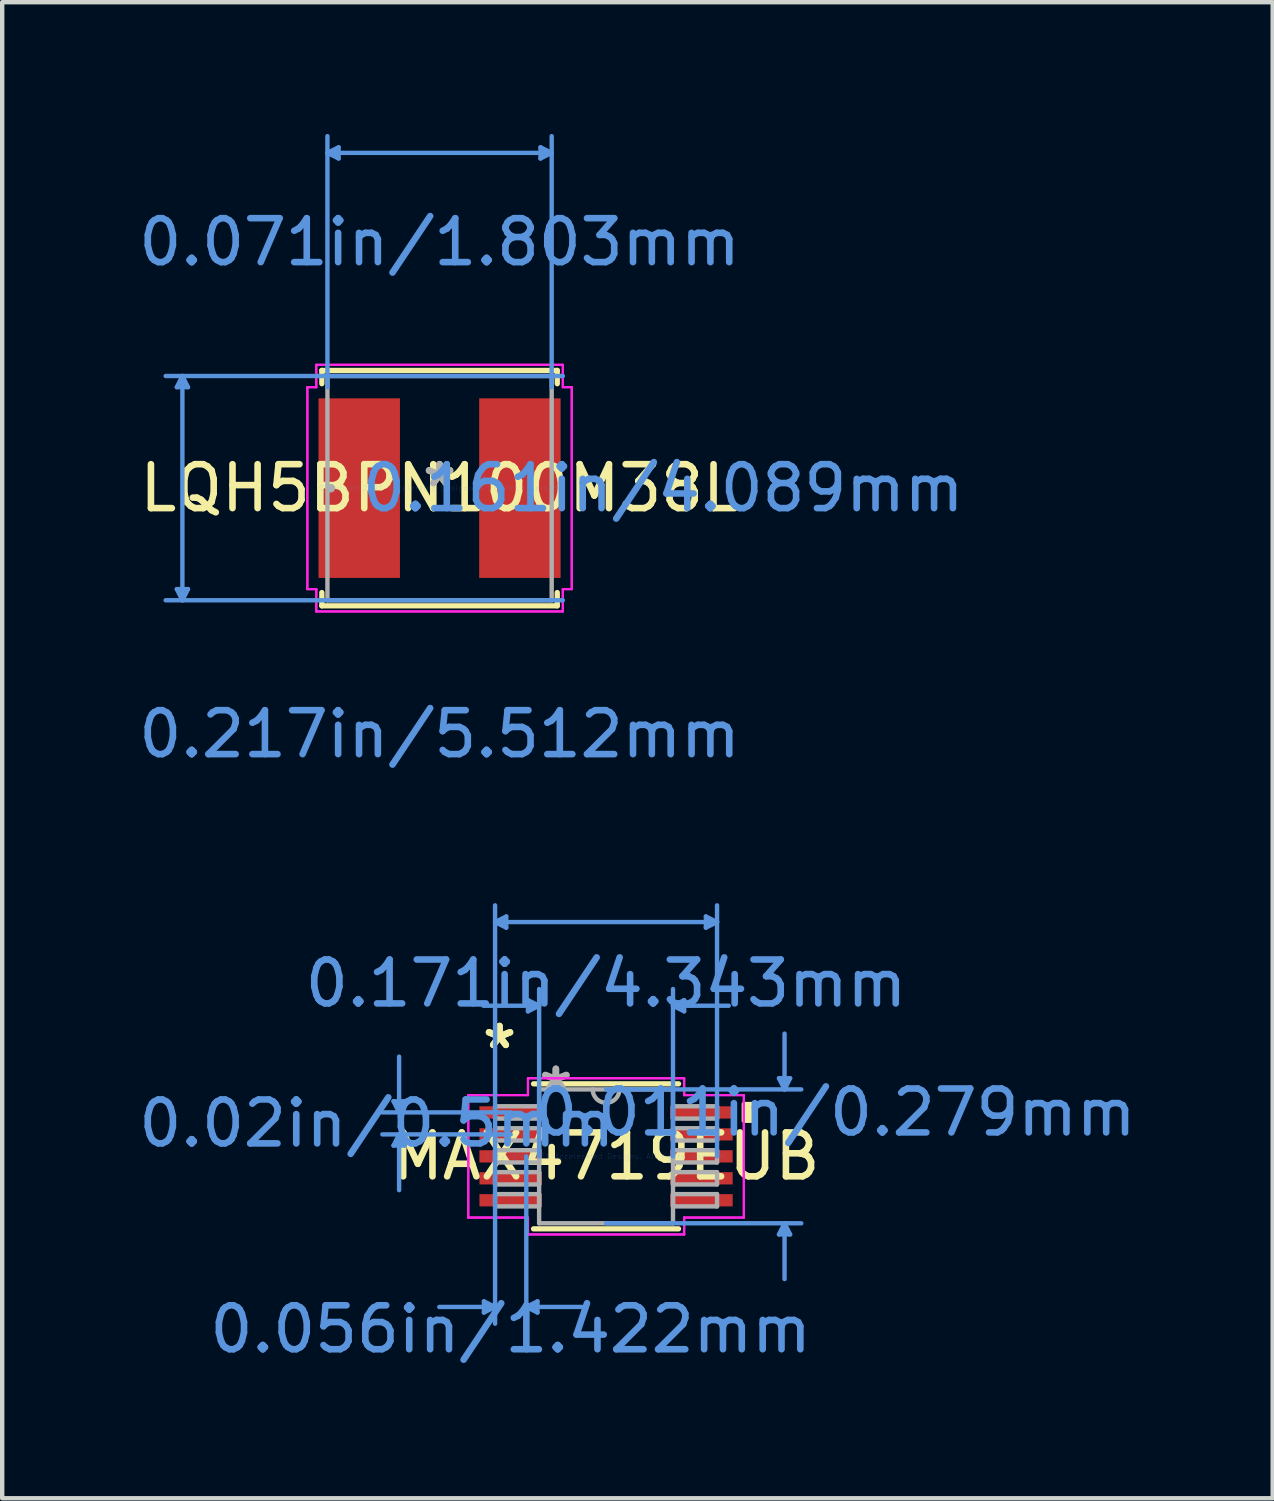
<source format=kicad_pcb>
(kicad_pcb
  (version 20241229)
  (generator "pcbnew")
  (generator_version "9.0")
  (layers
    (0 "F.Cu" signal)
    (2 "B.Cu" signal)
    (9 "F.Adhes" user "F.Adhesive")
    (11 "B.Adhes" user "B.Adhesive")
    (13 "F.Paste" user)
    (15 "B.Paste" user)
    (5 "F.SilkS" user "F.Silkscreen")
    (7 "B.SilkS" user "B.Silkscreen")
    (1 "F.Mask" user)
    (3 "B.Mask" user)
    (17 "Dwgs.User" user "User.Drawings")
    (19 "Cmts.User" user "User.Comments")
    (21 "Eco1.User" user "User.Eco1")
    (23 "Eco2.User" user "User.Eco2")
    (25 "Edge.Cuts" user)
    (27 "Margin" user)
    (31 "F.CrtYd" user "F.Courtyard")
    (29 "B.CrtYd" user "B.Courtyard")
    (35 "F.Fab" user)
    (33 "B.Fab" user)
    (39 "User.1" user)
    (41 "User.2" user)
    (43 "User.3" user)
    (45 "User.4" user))
  (footprint "MAX4719EUB"
    (layer "F.Cu")
    (at 10.749 23.278)
    (property "Reference" "MAX4719EUB" (at 0 0 0) (layer "F.SilkS") (effects (font (size 1 1) (thickness 0.15))))
    (attr through_hole)
    (fp_line (start -1.651 1.651) (end 1.651 1.651) (stroke (width 0.12) (type solid)) (layer "F.SilkS"))
    (fp_line (start 1.651 -1.651) (end -1.651 -1.651) (stroke (width 0.12) (type solid)) (layer "F.SilkS"))
    (fp_poly (pts (xy 3.391 -1.191) (xy 3.391 -0.81) (xy 3.137 -0.81) (xy 3.137 -1.191)) (stroke (width 0.1) (type solid)) (fill yes) (layer "F.SilkS"))
    (fp_line (start -4.839 -1.254) (end -4.585 -1.254) (stroke (width 0.1) (type solid)) (layer "Cmts.User"))
    (fp_line (start -4.839 -0.246) (end -4.585 -0.246) (stroke (width 0.1) (type solid)) (layer "Cmts.User"))
    (fp_line (start -4.712 -1) (end -4.839 -1.254) (stroke (width 0.1) (type solid)) (layer "Cmts.User"))
    (fp_line (start -4.712 -1) (end -4.712 -2.27) (stroke (width 0.1) (type solid)) (layer "Cmts.User"))
    (fp_line (start -4.712 -1) (end -4.585 -1.254) (stroke (width 0.1) (type solid)) (layer "Cmts.User"))
    (fp_line (start -4.712 -0.5) (end -4.839 -0.246) (stroke (width 0.1) (type solid)) (layer "Cmts.User"))
    (fp_line (start -4.712 -0.5) (end -4.712 0.77) (stroke (width 0.1) (type solid)) (layer "Cmts.User"))
    (fp_line (start -4.712 -0.5) (end -4.585 -0.246) (stroke (width 0.1) (type solid)) (layer "Cmts.User"))
    (fp_line (start -2.781 3.302) (end -2.781 3.556) (stroke (width 0.1) (type solid)) (layer "Cmts.User"))
    (fp_line (start -2.527 -5.334) (end -2.273 -5.461) (stroke (width 0.1) (type solid)) (layer "Cmts.User"))
    (fp_line (start -2.527 -5.334) (end -2.273 -5.207) (stroke (width 0.1) (type solid)) (layer "Cmts.User"))
    (fp_line (start -2.527 -5.334) (end 2.527 -5.334) (stroke (width 0.1) (type solid)) (layer "Cmts.User"))
    (fp_line (start -2.527 0) (end -2.527 -5.715) (stroke (width 0.1) (type solid)) (layer "Cmts.User"))
    (fp_line (start -2.527 0) (end -2.527 3.81) (stroke (width 0.1) (type solid)) (layer "Cmts.User"))
    (fp_line (start -2.527 3.429) (end -3.797 3.429) (stroke (width 0.1) (type solid)) (layer "Cmts.User"))
    (fp_line (start -2.527 3.429) (end -2.781 3.302) (stroke (width 0.1) (type solid)) (layer "Cmts.User"))
    (fp_line (start -2.527 3.429) (end -2.781 3.556) (stroke (width 0.1) (type solid)) (layer "Cmts.User"))
    (fp_line (start -2.273 -5.461) (end -2.273 -5.207) (stroke (width 0.1) (type solid)) (layer "Cmts.User"))
    (fp_line (start -2.172 -1) (end -5.093 -1) (stroke (width 0.1) (type solid)) (layer "Cmts.User"))
    (fp_line (start -2.172 -0.5) (end -5.093 -0.5) (stroke (width 0.1) (type solid)) (layer "Cmts.User"))
    (fp_line (start -1.816 0) (end -1.816 3.81) (stroke (width 0.1) (type solid)) (layer "Cmts.User"))
    (fp_line (start -1.816 3.429) (end -1.562 3.302) (stroke (width 0.1) (type solid)) (layer "Cmts.User"))
    (fp_line (start -1.816 3.429) (end -1.562 3.556) (stroke (width 0.1) (type solid)) (layer "Cmts.User"))
    (fp_line (start -1.816 3.429) (end -0.546 3.429) (stroke (width 0.1) (type solid)) (layer "Cmts.User"))
    (fp_line (start -1.778 -3.556) (end -1.778 -3.302) (stroke (width 0.1) (type solid)) (layer "Cmts.User"))
    (fp_line (start -1.562 3.302) (end -1.562 3.556) (stroke (width 0.1) (type solid)) (layer "Cmts.User"))
    (fp_line (start -1.524 -3.429) (end -2.794 -3.429) (stroke (width 0.1) (type solid)) (layer "Cmts.User"))
    (fp_line (start -1.524 -3.429) (end -1.778 -3.556) (stroke (width 0.1) (type solid)) (layer "Cmts.User"))
    (fp_line (start -1.524 -3.429) (end -1.778 -3.302) (stroke (width 0.1) (type solid)) (layer "Cmts.User"))
    (fp_line (start -1.524 0) (end -1.524 -3.81) (stroke (width 0.1) (type solid)) (layer "Cmts.User"))
    (fp_line (start 0 -1.524) (end 4.445 -1.524) (stroke (width 0.1) (type solid)) (layer "Cmts.User"))
    (fp_line (start 0 1.524) (end 4.445 1.524) (stroke (width 0.1) (type solid)) (layer "Cmts.User"))
    (fp_line (start 1.524 -3.429) (end 1.778 -3.556) (stroke (width 0.1) (type solid)) (layer "Cmts.User"))
    (fp_line (start 1.524 -3.429) (end 1.778 -3.302) (stroke (width 0.1) (type solid)) (layer "Cmts.User"))
    (fp_line (start 1.524 -3.429) (end 2.794 -3.429) (stroke (width 0.1) (type solid)) (layer "Cmts.User"))
    (fp_line (start 1.524 0) (end 1.524 -3.81) (stroke (width 0.1) (type solid)) (layer "Cmts.User"))
    (fp_line (start 1.778 -3.556) (end 1.778 -3.302) (stroke (width 0.1) (type solid)) (layer "Cmts.User"))
    (fp_line (start 2.273 -5.461) (end 2.273 -5.207) (stroke (width 0.1) (type solid)) (layer "Cmts.User"))
    (fp_line (start 2.527 -5.334) (end 2.273 -5.461) (stroke (width 0.1) (type solid)) (layer "Cmts.User"))
    (fp_line (start 2.527 -5.334) (end 2.273 -5.207) (stroke (width 0.1) (type solid)) (layer "Cmts.User"))
    (fp_line (start 2.527 0) (end 2.527 -5.715) (stroke (width 0.1) (type solid)) (layer "Cmts.User"))
    (fp_line (start 3.937 -1.778) (end 4.191 -1.778) (stroke (width 0.1) (type solid)) (layer "Cmts.User"))
    (fp_line (start 3.937 1.778) (end 4.191 1.778) (stroke (width 0.1) (type solid)) (layer "Cmts.User"))
    (fp_line (start 4.064 -1.524) (end 3.937 -1.778) (stroke (width 0.1) (type solid)) (layer "Cmts.User"))
    (fp_line (start 4.064 -1.524) (end 4.064 -2.794) (stroke (width 0.1) (type solid)) (layer "Cmts.User"))
    (fp_line (start 4.064 -1.524) (end 4.191 -1.778) (stroke (width 0.1) (type solid)) (layer "Cmts.User"))
    (fp_line (start 4.064 1.524) (end 3.937 1.778) (stroke (width 0.1) (type solid)) (layer "Cmts.User"))
    (fp_line (start 4.064 1.524) (end 4.064 2.794) (stroke (width 0.1) (type solid)) (layer "Cmts.User"))
    (fp_line (start 4.064 1.524) (end 4.191 1.778) (stroke (width 0.1) (type solid)) (layer "Cmts.User"))
    (fp_line (start -3.137 -1.394) (end -1.778 -1.394) (stroke (width 0.05) (type solid)) (layer "F.CrtYd"))
    (fp_line (start -3.137 -1.394) (end -1.778 -1.394) (stroke (width 0.05) (type solid)) (layer "F.CrtYd"))
    (fp_line (start -3.137 1.394) (end -3.137 -1.394) (stroke (width 0.05) (type solid)) (layer "F.CrtYd"))
    (fp_line (start -3.137 1.394) (end -3.137 -1.394) (stroke (width 0.05) (type solid)) (layer "F.CrtYd"))
    (fp_line (start -3.137 1.394) (end -1.778 1.394) (stroke (width 0.05) (type solid)) (layer "F.CrtYd"))
    (fp_line (start -1.778 -1.778) (end 1.778 -1.778) (stroke (width 0.05) (type solid)) (layer "F.CrtYd"))
    (fp_line (start -1.778 -1.778) (end 1.778 -1.778) (stroke (width 0.05) (type solid)) (layer "F.CrtYd"))
    (fp_line (start -1.778 -1.394) (end -1.778 -1.778) (stroke (width 0.05) (type solid)) (layer "F.CrtYd"))
    (fp_line (start -1.778 -1.394) (end -1.778 -1.778) (stroke (width 0.05) (type solid)) (layer "F.CrtYd"))
    (fp_line (start -1.778 1.394) (end -3.137 1.394) (stroke (width 0.05) (type solid)) (layer "F.CrtYd"))
    (fp_line (start -1.778 1.778) (end -1.778 1.394) (stroke (width 0.05) (type solid)) (layer "F.CrtYd"))
    (fp_line (start -1.778 1.778) (end -1.778 1.394) (stroke (width 0.05) (type solid)) (layer "F.CrtYd"))
    (fp_line (start 1.778 -1.778) (end 1.778 -1.394) (stroke (width 0.05) (type solid)) (layer "F.CrtYd"))
    (fp_line (start 1.778 -1.778) (end 1.778 -1.394) (stroke (width 0.05) (type solid)) (layer "F.CrtYd"))
    (fp_line (start 1.778 -1.394) (end 3.137 -1.394) (stroke (width 0.05) (type solid)) (layer "F.CrtYd"))
    (fp_line (start 1.778 1.394) (end 1.778 1.778) (stroke (width 0.05) (type solid)) (layer "F.CrtYd"))
    (fp_line (start 1.778 1.394) (end 1.778 1.778) (stroke (width 0.05) (type solid)) (layer "F.CrtYd"))
    (fp_line (start 1.778 1.778) (end -1.778 1.778) (stroke (width 0.05) (type solid)) (layer "F.CrtYd"))
    (fp_line (start 1.778 1.778) (end -1.778 1.778) (stroke (width 0.05) (type solid)) (layer "F.CrtYd"))
    (fp_line (start 3.137 -1.394) (end 1.778 -1.394) (stroke (width 0.05) (type solid)) (layer "F.CrtYd"))
    (fp_line (start 3.137 -1.394) (end 3.137 1.394) (stroke (width 0.05) (type solid)) (layer "F.CrtYd"))
    (fp_line (start 3.137 -1.394) (end 3.137 1.394) (stroke (width 0.05) (type solid)) (layer "F.CrtYd"))
    (fp_line (start 3.137 1.394) (end 1.778 1.394) (stroke (width 0.05) (type solid)) (layer "F.CrtYd"))
    (fp_line (start 3.137 1.394) (end 1.778 1.394) (stroke (width 0.05) (type solid)) (layer "F.CrtYd"))
    (fp_line (start -2.527 -1.14) (end -2.527 -0.86) (stroke (width 0.1) (type solid)) (layer "F.Fab"))
    (fp_line (start -2.527 -0.86) (end -1.524 -0.86) (stroke (width 0.1) (type solid)) (layer "F.Fab"))
    (fp_line (start -2.527 -0.64) (end -2.527 -0.36) (stroke (width 0.1) (type solid)) (layer "F.Fab"))
    (fp_line (start -2.527 -0.36) (end -1.524 -0.36) (stroke (width 0.1) (type solid)) (layer "F.Fab"))
    (fp_line (start -2.527 -0.14) (end -2.527 0.14) (stroke (width 0.1) (type solid)) (layer "F.Fab"))
    (fp_line (start -2.527 0.14) (end -1.524 0.14) (stroke (width 0.1) (type solid)) (layer "F.Fab"))
    (fp_line (start -2.527 0.36) (end -2.527 0.64) (stroke (width 0.1) (type solid)) (layer "F.Fab"))
    (fp_line (start -2.527 0.64) (end -1.524 0.64) (stroke (width 0.1) (type solid)) (layer "F.Fab"))
    (fp_line (start -2.527 0.86) (end -2.527 1.14) (stroke (width 0.1) (type solid)) (layer "F.Fab"))
    (fp_line (start -2.527 1.14) (end -1.524 1.14) (stroke (width 0.1) (type solid)) (layer "F.Fab"))
    (fp_line (start -1.524 -1.524) (end -1.524 1.524) (stroke (width 0.1) (type solid)) (layer "F.Fab"))
    (fp_line (start -1.524 -1.14) (end -2.527 -1.14) (stroke (width 0.1) (type solid)) (layer "F.Fab"))
    (fp_line (start -1.524 -0.86) (end -1.524 -1.14) (stroke (width 0.1) (type solid)) (layer "F.Fab"))
    (fp_line (start -1.524 -0.64) (end -2.527 -0.64) (stroke (width 0.1) (type solid)) (layer "F.Fab"))
    (fp_line (start -1.524 -0.36) (end -1.524 -0.64) (stroke (width 0.1) (type solid)) (layer "F.Fab"))
    (fp_line (start -1.524 -0.14) (end -2.527 -0.14) (stroke (width 0.1) (type solid)) (layer "F.Fab"))
    (fp_line (start -1.524 0.14) (end -1.524 -0.14) (stroke (width 0.1) (type solid)) (layer "F.Fab"))
    (fp_line (start -1.524 0.36) (end -2.527 0.36) (stroke (width 0.1) (type solid)) (layer "F.Fab"))
    (fp_line (start -1.524 0.64) (end -1.524 0.36) (stroke (width 0.1) (type solid)) (layer "F.Fab"))
    (fp_line (start -1.524 0.86) (end -2.527 0.86) (stroke (width 0.1) (type solid)) (layer "F.Fab"))
    (fp_line (start -1.524 1.14) (end -1.524 0.86) (stroke (width 0.1) (type solid)) (layer "F.Fab"))
    (fp_line (start -1.524 1.524) (end 1.524 1.524) (stroke (width 0.1) (type solid)) (layer "F.Fab"))
    (fp_line (start 1.524 -1.524) (end -1.524 -1.524) (stroke (width 0.1) (type solid)) (layer "F.Fab"))
    (fp_line (start 1.524 -1.14) (end 1.524 -0.86) (stroke (width 0.1) (type solid)) (layer "F.Fab"))
    (fp_line (start 1.524 -0.86) (end 2.527 -0.86) (stroke (width 0.1) (type solid)) (layer "F.Fab"))
    (fp_line (start 1.524 -0.64) (end 1.524 -0.36) (stroke (width 0.1) (type solid)) (layer "F.Fab"))
    (fp_line (start 1.524 -0.36) (end 2.527 -0.36) (stroke (width 0.1) (type solid)) (layer "F.Fab"))
    (fp_line (start 1.524 -0.14) (end 1.524 0.14) (stroke (width 0.1) (type solid)) (layer "F.Fab"))
    (fp_line (start 1.524 0.14) (end 2.527 0.14) (stroke (width 0.1) (type solid)) (layer "F.Fab"))
    (fp_line (start 1.524 0.36) (end 1.524 0.64) (stroke (width 0.1) (type solid)) (layer "F.Fab"))
    (fp_line (start 1.524 0.64) (end 2.527 0.64) (stroke (width 0.1) (type solid)) (layer "F.Fab"))
    (fp_line (start 1.524 0.86) (end 1.524 1.14) (stroke (width 0.1) (type solid)) (layer "F.Fab"))
    (fp_line (start 1.524 1.14) (end 2.527 1.14) (stroke (width 0.1) (type solid)) (layer "F.Fab"))
    (fp_line (start 1.524 1.524) (end 1.524 -1.524) (stroke (width 0.1) (type solid)) (layer "F.Fab"))
    (fp_line (start 2.527 -1.14) (end 1.524 -1.14) (stroke (width 0.1) (type solid)) (layer "F.Fab"))
    (fp_line (start 2.527 -0.86) (end 2.527 -1.14) (stroke (width 0.1) (type solid)) (layer "F.Fab"))
    (fp_line (start 2.527 -0.64) (end 1.524 -0.64) (stroke (width 0.1) (type solid)) (layer "F.Fab"))
    (fp_line (start 2.527 -0.36) (end 2.527 -0.64) (stroke (width 0.1) (type solid)) (layer "F.Fab"))
    (fp_line (start 2.527 -0.14) (end 1.524 -0.14) (stroke (width 0.1) (type solid)) (layer "F.Fab"))
    (fp_line (start 2.527 0.14) (end 2.527 -0.14) (stroke (width 0.1) (type solid)) (layer "F.Fab"))
    (fp_line (start 2.527 0.36) (end 1.524 0.36) (stroke (width 0.1) (type solid)) (layer "F.Fab"))
    (fp_line (start 2.527 0.64) (end 2.527 0.36) (stroke (width 0.1) (type solid)) (layer "F.Fab"))
    (fp_line (start 2.527 0.86) (end 1.524 0.86) (stroke (width 0.1) (type solid)) (layer "F.Fab"))
    (fp_line (start 2.527 1.14) (end 2.527 0.86) (stroke (width 0.1) (type solid)) (layer "F.Fab"))
    (fp_arc (start 0.3048 -1.524) (mid 0 -1.2192) (end -0.3048 -1.524) (stroke (width 0.1) (type solid)) (layer "F.Fab"))
    (fp_text user "*" (at -2.426 -2.422 0) (layer "F.SilkS") (effects (font (size 1 1) (thickness 0.15))))
    (fp_text user "*" (at -2.426 -2.422 0) (layer "F.SilkS") (effects (font (size 1 1) (thickness 0.15))))
    (fp_text user "0.171in/4.343mm" (at 0 -3.937 0) (layer "Cmts.User") (effects (font (size 1 1) (thickness 0.15))))
    (fp_text user "Copyright 2021 Accelerated Designs. All rights reserved." (at 0 0 0) (layer "Cmts.User") (effects (font (size 0.127 0.127) (thickness 0.002))))
    (fp_text user "0.011in/0.279mm" (at 5.22 -1 0) (layer "Cmts.User") (effects (font (size 1 1) (thickness 0.15))))
    (fp_text user "0.02in/0.5mm" (at -5.22 -0.75 0) (layer "Cmts.User") (effects (font (size 1 1) (thickness 0.15))))
    (fp_text user "0.056in/1.422mm" (at -2.172 3.937 0) (layer "Cmts.User") (effects (font (size 1 1) (thickness 0.15))))
    (fp_text user "*" (at -1.143 -1.448 0) (layer "F.Fab") (effects (font (size 1 1) (thickness 0.15))))
    (fp_text user "*" (at -1.143 -1.448 0) (layer "F.Fab") (effects (font (size 1 1) (thickness 0.15))))
    (pad "1" smd rect (at -2.172 -1) (size 1.422 0.279) (layers "F.Cu" "F.Mask" "F.Paste"))
    (pad "2" smd rect (at -2.172 -0.5) (size 1.422 0.279) (layers "F.Cu" "F.Mask" "F.Paste"))
    (pad "3" smd rect (at -2.172 0) (size 1.422 0.279) (layers "F.Cu" "F.Mask" "F.Paste"))
    (pad "4" smd rect (at -2.172 0.5) (size 1.422 0.279) (layers "F.Cu" "F.Mask" "F.Paste"))
    (pad "5" smd rect (at -2.172 1) (size 1.422 0.279) (layers "F.Cu" "F.Mask" "F.Paste"))
    (pad "6" smd rect (at 2.172 1) (size 1.422 0.279) (layers "F.Cu" "F.Mask" "F.Paste"))
    (pad "7" smd rect (at 2.172 0.5) (size 1.422 0.279) (layers "F.Cu" "F.Mask" "F.Paste"))
    (pad "8" smd rect (at 2.172 0) (size 1.422 0.279) (layers "F.Cu" "F.Mask" "F.Paste"))
    (pad "9" smd rect (at 2.172 -0.5) (size 1.422 0.279) (layers "F.Cu" "F.Mask" "F.Paste"))
    (pad "10" smd rect (at 2.172 -1) (size 1.422 0.279) (layers "F.Cu" "F.Mask" "F.Paste")))
  (footprint "LQH5BPN100M38L"
    (layer "F.Cu")
    (at 6.958 8.064)
    (property "Reference" "LQH5BPN100M38L" (at 0 0 0) (layer "F.SilkS") (effects (font (size 1 1) (thickness 0.15))))
    (attr through_hole)
    (fp_line (start -2.68 -2.68) (end -2.68 -2.377) (stroke (width 0.12) (type solid)) (layer "F.SilkS"))
    (fp_line (start -2.68 2.377) (end -2.68 2.68) (stroke (width 0.12) (type solid)) (layer "F.SilkS"))
    (fp_line (start -2.68 2.68) (end 2.68 2.68) (stroke (width 0.12) (type solid)) (layer "F.SilkS"))
    (fp_line (start 2.68 -2.68) (end -2.68 -2.68) (stroke (width 0.12) (type solid)) (layer "F.SilkS"))
    (fp_line (start 2.68 -2.377) (end 2.68 -2.68) (stroke (width 0.12) (type solid)) (layer "F.SilkS"))
    (fp_line (start 2.68 2.68) (end 2.68 2.377) (stroke (width 0.12) (type solid)) (layer "F.SilkS"))
    (fp_line (start -5.982 -2.299) (end -5.728 -2.299) (stroke (width 0.1) (type solid)) (layer "Cmts.User"))
    (fp_line (start -5.982 2.299) (end -5.728 2.299) (stroke (width 0.1) (type solid)) (layer "Cmts.User"))
    (fp_line (start -5.855 -2.553) (end -5.982 -2.299) (stroke (width 0.1) (type solid)) (layer "Cmts.User"))
    (fp_line (start -5.855 -2.553) (end -5.855 2.553) (stroke (width 0.1) (type solid)) (layer "Cmts.User"))
    (fp_line (start -5.855 -2.553) (end -5.728 -2.299) (stroke (width 0.1) (type solid)) (layer "Cmts.User"))
    (fp_line (start -5.855 2.553) (end -5.982 2.299) (stroke (width 0.1) (type solid)) (layer "Cmts.User"))
    (fp_line (start -5.855 2.553) (end -5.728 2.299) (stroke (width 0.1) (type solid)) (layer "Cmts.User"))
    (fp_line (start -2.553 -7.633) (end -2.299 -7.76) (stroke (width 0.1) (type solid)) (layer "Cmts.User"))
    (fp_line (start -2.553 -7.633) (end -2.299 -7.506) (stroke (width 0.1) (type solid)) (layer "Cmts.User"))
    (fp_line (start -2.553 -7.633) (end 2.553 -7.633) (stroke (width 0.1) (type solid)) (layer "Cmts.User"))
    (fp_line (start -2.553 -2.299) (end -2.553 -8.014) (stroke (width 0.1) (type solid)) (layer "Cmts.User"))
    (fp_line (start -2.299 -7.76) (end -2.299 -7.506) (stroke (width 0.1) (type solid)) (layer "Cmts.User"))
    (fp_line (start 2.299 -7.76) (end 2.299 -7.506) (stroke (width 0.1) (type solid)) (layer "Cmts.User"))
    (fp_line (start 2.553 -7.633) (end 2.299 -7.76) (stroke (width 0.1) (type solid)) (layer "Cmts.User"))
    (fp_line (start 2.553 -7.633) (end 2.299 -7.506) (stroke (width 0.1) (type solid)) (layer "Cmts.User"))
    (fp_line (start 2.553 -2.299) (end 2.553 -8.014) (stroke (width 0.1) (type solid)) (layer "Cmts.User"))
    (fp_line (start 2.807 -2.553) (end -6.236 -2.553) (stroke (width 0.1) (type solid)) (layer "Cmts.User"))
    (fp_line (start 2.807 2.553) (end -6.236 2.553) (stroke (width 0.1) (type solid)) (layer "Cmts.User"))
    (fp_line (start -3.01 -2.299) (end -2.807 -2.299) (stroke (width 0.05) (type solid)) (layer "F.CrtYd"))
    (fp_line (start -3.01 -2.299) (end -2.807 -2.299) (stroke (width 0.05) (type solid)) (layer "F.CrtYd"))
    (fp_line (start -3.01 2.299) (end -3.01 -2.299) (stroke (width 0.05) (type solid)) (layer "F.CrtYd"))
    (fp_line (start -3.01 2.299) (end -3.01 -2.299) (stroke (width 0.05) (type solid)) (layer "F.CrtYd"))
    (fp_line (start -2.807 -2.807) (end 2.807 -2.807) (stroke (width 0.05) (type solid)) (layer "F.CrtYd"))
    (fp_line (start -2.807 -2.807) (end 2.807 -2.807) (stroke (width 0.05) (type solid)) (layer "F.CrtYd"))
    (fp_line (start -2.807 -2.299) (end -2.807 -2.807) (stroke (width 0.05) (type solid)) (layer "F.CrtYd"))
    (fp_line (start -2.807 -2.299) (end -2.807 -2.807) (stroke (width 0.05) (type solid)) (layer "F.CrtYd"))
    (fp_line (start -2.807 2.299) (end -3.01 2.299) (stroke (width 0.05) (type solid)) (layer "F.CrtYd"))
    (fp_line (start -2.807 2.299) (end -3.01 2.299) (stroke (width 0.05) (type solid)) (layer "F.CrtYd"))
    (fp_line (start -2.807 2.807) (end -2.807 2.299) (stroke (width 0.05) (type solid)) (layer "F.CrtYd"))
    (fp_line (start -2.807 2.807) (end -2.807 2.299) (stroke (width 0.05) (type solid)) (layer "F.CrtYd"))
    (fp_line (start 2.807 -2.807) (end 2.807 -2.299) (stroke (width 0.05) (type solid)) (layer "F.CrtYd"))
    (fp_line (start 2.807 -2.807) (end 2.807 -2.299) (stroke (width 0.05) (type solid)) (layer "F.CrtYd"))
    (fp_line (start 2.807 -2.299) (end 3.01 -2.299) (stroke (width 0.05) (type solid)) (layer "F.CrtYd"))
    (fp_line (start 2.807 -2.299) (end 3.01 -2.299) (stroke (width 0.05) (type solid)) (layer "F.CrtYd"))
    (fp_line (start 2.807 2.299) (end 2.807 2.807) (stroke (width 0.05) (type solid)) (layer "F.CrtYd"))
    (fp_line (start 2.807 2.299) (end 2.807 2.807) (stroke (width 0.05) (type solid)) (layer "F.CrtYd"))
    (fp_line (start 2.807 2.807) (end -2.807 2.807) (stroke (width 0.05) (type solid)) (layer "F.CrtYd"))
    (fp_line (start 2.807 2.807) (end -2.807 2.807) (stroke (width 0.05) (type solid)) (layer "F.CrtYd"))
    (fp_line (start 3.01 -2.299) (end 3.01 2.299) (stroke (width 0.05) (type solid)) (layer "F.CrtYd"))
    (fp_line (start 3.01 -2.299) (end 3.01 2.299) (stroke (width 0.05) (type solid)) (layer "F.CrtYd"))
    (fp_line (start 3.01 2.299) (end 2.807 2.299) (stroke (width 0.05) (type solid)) (layer "F.CrtYd"))
    (fp_line (start 3.01 2.299) (end 2.807 2.299) (stroke (width 0.05) (type solid)) (layer "F.CrtYd"))
    (fp_line (start -2.553 -2.553) (end -2.553 2.553) (stroke (width 0.1) (type solid)) (layer "F.Fab"))
    (fp_line (start -2.553 2.553) (end 2.553 2.553) (stroke (width 0.1) (type solid)) (layer "F.Fab"))
    (fp_line (start 2.553 -2.553) (end -2.553 -2.553) (stroke (width 0.1) (type solid)) (layer "F.Fab"))
    (fp_line (start 2.553 2.553) (end 2.553 -2.553) (stroke (width 0.1) (type solid)) (layer "F.Fab"))
    (fp_circle (center -2.477 0) (end -2.477 0) (stroke (width 0.1) (type solid)) (fill no) (layer "F.Fab"))
    (fp_text user "*" (at 0 0 0) (layer "F.SilkS") (effects (font (size 1 1) (thickness 0.15))))
    (fp_text user "0.071in/1.803mm" (at 0 -5.601 0) (layer "Cmts.User") (effects (font (size 1 1) (thickness 0.15))))
    (fp_text user "0.161in/4.089mm" (at 5.093 0 0) (layer "Cmts.User") (effects (font (size 1 1) (thickness 0.15))))
    (fp_text user "Copyright 2021 Accelerated Designs. All rights reserved." (at 0 0 0) (layer "Cmts.User") (effects (font (size 0.127 0.127) (thickness 0.002))))
    (fp_text user "0.217in/5.512mm" (at 0 5.601 0) (layer "Cmts.User") (effects (font (size 1 1) (thickness 0.15))))
    (fp_text user "*" (at 0 0 0) (layer "F.Fab") (effects (font (size 1 1) (thickness 0.15))))
    (pad "1" smd rect (at -1.829 0) (size 1.854 4.089) (layers "F.Cu" "F.Mask" "F.Paste"))
    (pad "2" smd rect (at 1.829 0) (size 1.854 4.089) (layers "F.Cu" "F.Mask" "F.Paste")))
  (gr_rect
    (start -3 -3)
    (end 25.927 31.063)
    (stroke (width 0.1) (type default))
    (fill no)
    (layer "Edge.Cuts")))
</source>
